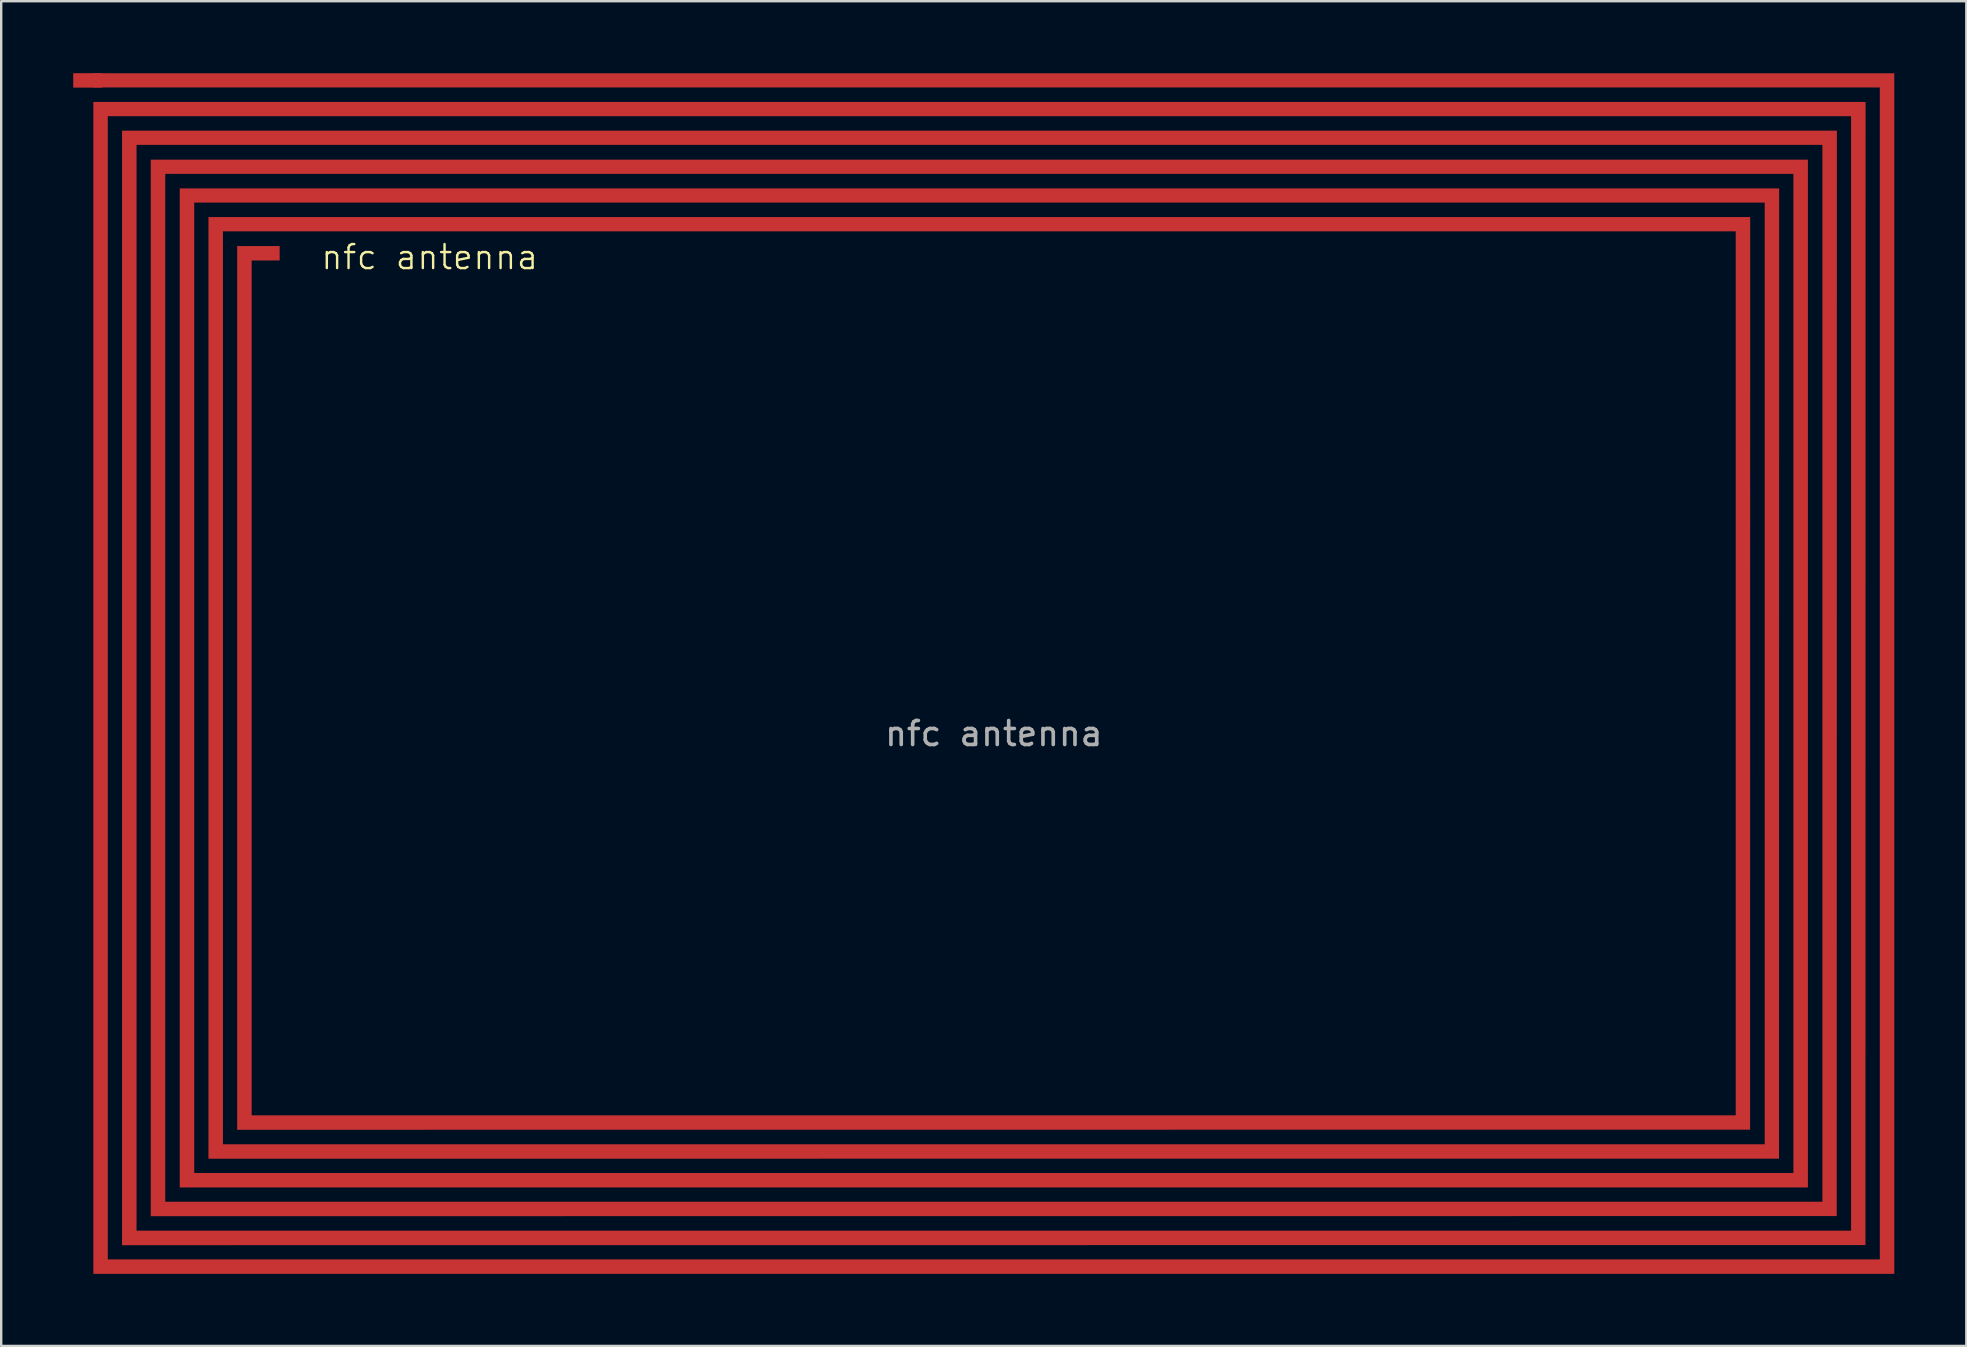
<source format=kicad_pcb>
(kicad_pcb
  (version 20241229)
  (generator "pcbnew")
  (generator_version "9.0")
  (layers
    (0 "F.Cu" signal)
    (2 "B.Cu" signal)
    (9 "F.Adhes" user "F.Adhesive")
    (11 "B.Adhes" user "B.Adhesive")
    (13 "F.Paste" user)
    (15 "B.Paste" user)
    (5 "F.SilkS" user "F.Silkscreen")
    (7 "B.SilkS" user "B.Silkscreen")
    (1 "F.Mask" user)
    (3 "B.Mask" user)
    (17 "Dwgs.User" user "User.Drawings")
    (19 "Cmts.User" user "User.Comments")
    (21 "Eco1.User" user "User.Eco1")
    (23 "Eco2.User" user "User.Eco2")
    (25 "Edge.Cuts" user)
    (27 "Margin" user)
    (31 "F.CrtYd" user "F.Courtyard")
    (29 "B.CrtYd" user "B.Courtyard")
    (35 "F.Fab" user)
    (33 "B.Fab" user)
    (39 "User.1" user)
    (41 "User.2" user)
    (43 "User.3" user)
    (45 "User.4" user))
  (footprint "nfc antenna"
    (layer "F.Cu")
    (at 38.35 25.009)
    (property "Reference" "nfc antenna" (at -23.5 -17.35 0) (unlocked yes) (layer "F.SilkS") (effects (font (size 1 1) (thickness 0.1))))
    (attr smd exclude_from_bom)
    (fp_poly (pts (xy 37.512 0) (xy 37.512 25.008) (xy 0 25.008) (xy -37.512 25.008) (xy -37.512 0.598) (xy -37.512 -23.812) (xy -0.598 -23.812) (xy 36.316 -23.812) (xy 36.313 -0.003) (xy 36.311 23.807) (xy -0.003 23.809) (xy -36.316 23.812) (xy -36.316 0.598) (xy -36.316 -22.615) (xy -0.598 -22.615) (xy 35.12 -22.615) (xy 35.117 -0.008) (xy 35.114 22.6) (xy -0.003 22.602) (xy -35.12 22.605) (xy -35.12 0.598) (xy -35.12 -21.408) (xy -0.604 -21.408) (xy 33.913 -21.408) (xy 33.913 0) (xy 33.913 21.408) (xy 0 21.408) (xy -33.913 21.408) (xy -33.913 0.598) (xy -33.913 -20.212) (xy -0.598 -20.212) (xy 32.716 -20.212) (xy 32.713 -0.003) (xy 32.711 20.207) (xy -0.003 20.209) (xy -32.716 20.212) (xy -32.716 0.598) (xy -32.716 -19.016) (xy -0.603 -19.016) (xy 31.509 -19.016) (xy 31.506 -0.008) (xy 31.504 19) (xy -0.008 19.002) (xy -31.52 19.005) (xy -31.52 0.598) (xy -31.52 -17.809) (xy -31.218 -17.809) (xy -30.916 -17.809) (xy -30.916 0.296) (xy -30.916 18.402) (xy -0.005 18.402) (xy 30.906 18.402) (xy 30.906 -0.011) (xy 30.906 -18.423) (xy -0.604 -18.423) (xy -32.113 -18.423) (xy -32.113 0.593) (xy -32.113 19.609) (xy 0 19.609) (xy 32.113 19.609) (xy 32.113 -0.005) (xy 32.113 -19.619) (xy -0.598 -19.619) (xy -33.309 -19.619) (xy -33.309 0.593) (xy -33.309 20.805) (xy 0 20.805) (xy 33.309 20.805) (xy 33.309 -0.005) (xy 33.309 -20.816) (xy -0.604 -20.816) (xy -34.516 -20.816) (xy -34.516 0.593) (xy -34.516 22.001) (xy 0 22.001) (xy 34.516 22.001) (xy 34.516 -0.011) (xy 34.516 -22.023) (xy -0.598 -22.023) (xy -35.712 -22.023) (xy -35.712 0.593) (xy -35.712 23.208) (xy 0 23.208) (xy 35.712 23.208) (xy 35.712 -0.005) (xy 35.712 -23.219) (xy -0.598 -23.219) (xy -36.909 -23.219) (xy -36.909 0.593) (xy -36.909 24.405) (xy 0 24.405) (xy 36.909 24.405) (xy 36.909 -0.005) (xy 36.909 -24.415) (xy -0.302 -24.415) (xy -37.512 -24.415) (xy -37.512 -24.712) (xy -37.512 -25.008) (xy 0 -25.008) (xy 37.512 -25.008)) (stroke (width 0) (type solid)) (fill yes) (layer "F.Cu"))
    (fp_text user "${REFERENCE}" (at 0 2.5 0) (unlocked yes) (layer "F.Fab") (effects (font (size 1 1) (thickness 0.15))))
    (pad "1" smd rect (at -30.35 -17.509) (size 1.2 0.6) (layers "F.Cu"))
    (pad "2" smd rect (at -37.75 -24.709) (size 1.2 0.6) (layers "F.Cu"))
    (zone (net_name "") (layer "F.Cu") (name "keep out of antenna") (hatch full 0.5) (connect_pads) (min_thickness 0.25) (filled_areas_thickness no) (keepout (tracks not_allowed) (vias not_allowed) (pads not_allowed) (copperpour not_allowed) (footprints not_allowed)) (placement (enabled no)) (fill) (polygon (pts (xy 0.85 0.009) (xy 75.85 0.009) (xy 75.85 50.009) (xy 0.85 50.009) (xy 0.85 43.409) (xy 69.25 43.409) (xy 69.25 6.609) (xy 7.4 6.559) (xy 7.45 43.409) (xy 0.85 43.409)))))
  (gr_rect
    (start -3 -3)
    (end 78.862 53.017)
    (stroke (width 0.1) (type default))
    (fill no)
    (layer "Edge.Cuts")))
</source>
